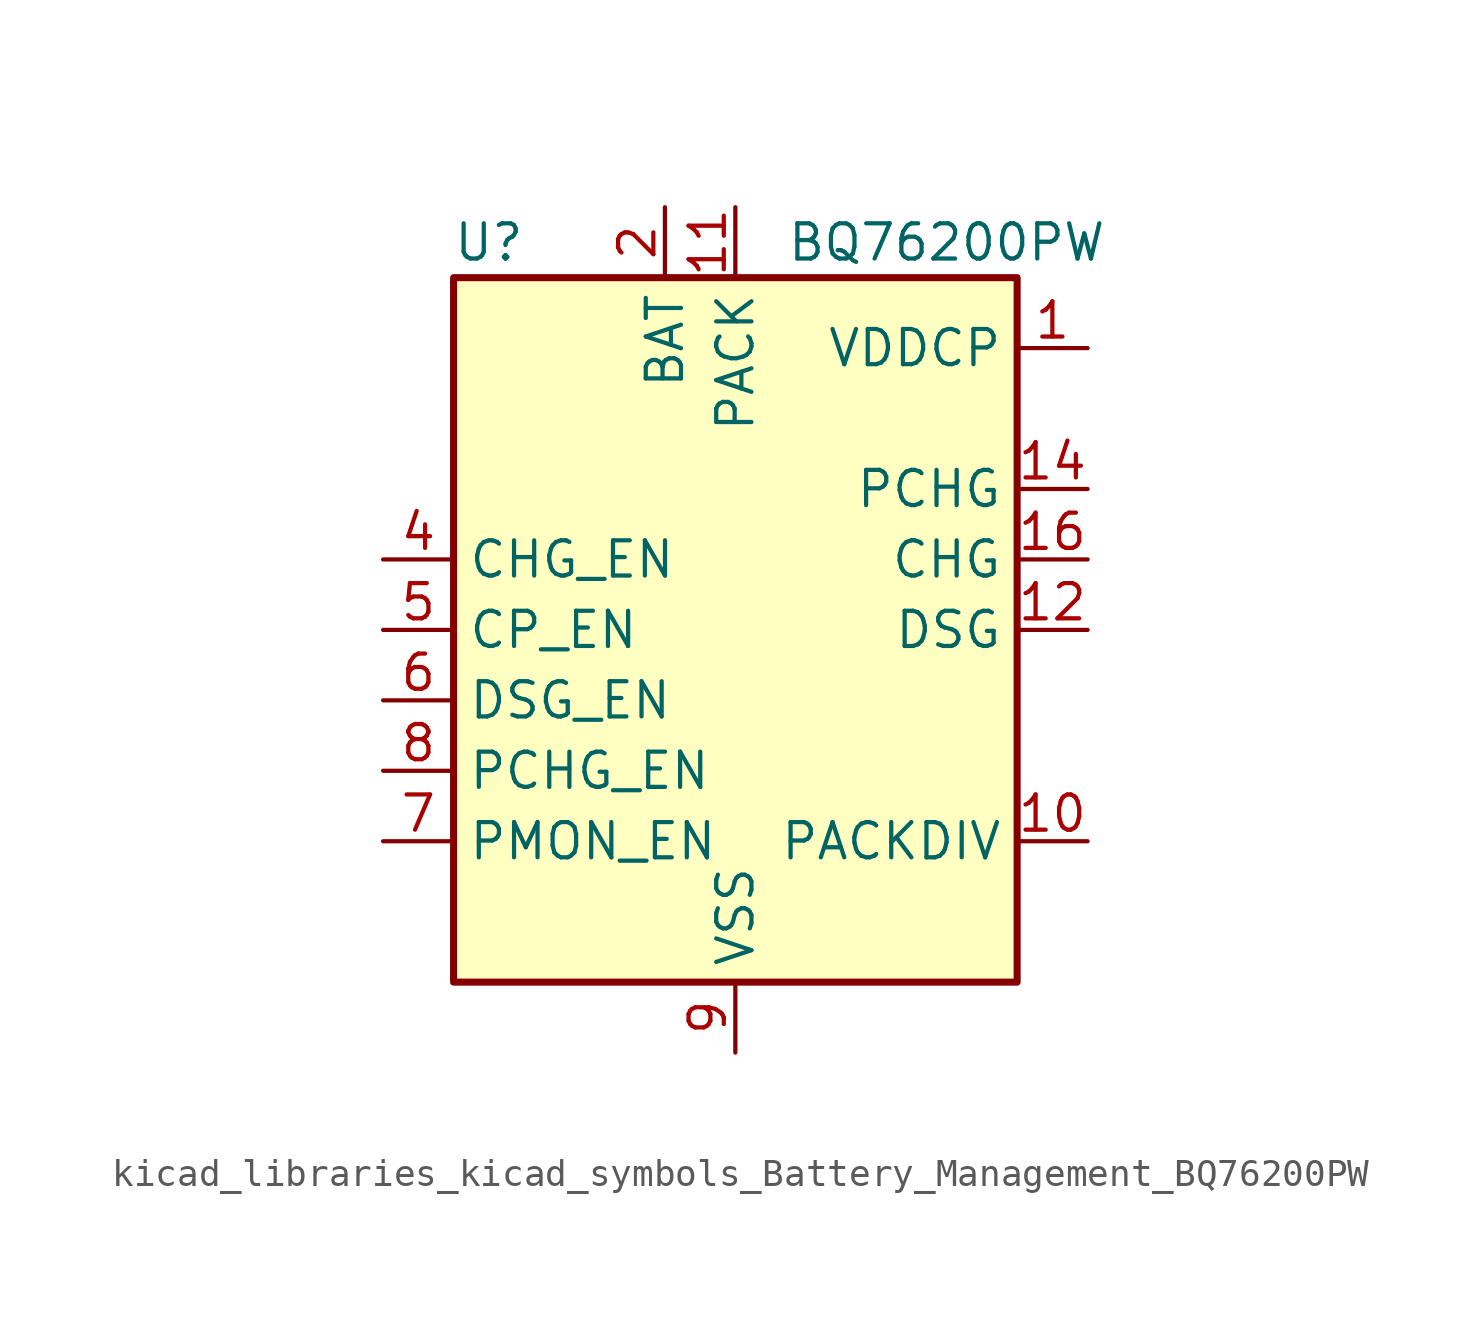
<source format=kicad_sym>
(kicad_symbol_lib
  (version 20220914)
  (generator kicad_symbol_editor)
  (symbol "kicad_libraries_kicad_symbols_Battery_Management_BQ76200PW"
    (property "Reference" "U"
      (at -8.89 13.97 0)
      (effects (font (size 1.27 1.27))))
    (property "Value" "BQ76200PW"
      (at 7.62 13.97 0)
      (effects (font (size 1.27 1.27))))
    (symbol "kicad_libraries_kicad_symbols_Battery_Management_BQ76200PW_0_1"
      (rectangle (start -10.16 -12.7) (end 10.16 12.7) (stroke (width 0.254) (type default)) (fill (type background))))
    (symbol "kicad_libraries_kicad_symbols_Battery_Management_BQ76200PW_1_1"
      (pin output line (at 12.7 10.16 180) (length 2.54) (name "VDDCP" (effects (font (size 1.27 1.27)))) (number "1" (effects (font (size 1.27 1.27)))))
      (pin output line (at 12.7 -7.62 180) (length 2.54) (name "PACKDIV" (effects (font (size 1.27 1.27)))) (number "10" (effects (font (size 1.27 1.27)))))
      (pin power_in line (at 0 15.24 270) (length 2.54) (name "PACK" (effects (font (size 1.27 1.27)))) (number "11" (effects (font (size 1.27 1.27)))))
      (pin output line (at 12.7 0 180) (length 2.54) (name "DSG" (effects (font (size 1.27 1.27)))) (number "12" (effects (font (size 1.27 1.27)))))
      (pin no_connect line (at -10.16 7.62 0) (length 2.54) hide (name "NC" (effects (font (size 1.27 1.27)))) (number "13" (effects (font (size 1.27 1.27)))))
      (pin output line (at 12.7 5.08 180) (length 2.54) (name "PCHG" (effects (font (size 1.27 1.27)))) (number "14" (effects (font (size 1.27 1.27)))))
      (pin no_connect line (at -10.16 5.08 0) (length 2.54) hide (name "NC" (effects (font (size 1.27 1.27)))) (number "15" (effects (font (size 1.27 1.27)))))
      (pin output line (at 12.7 2.54 180) (length 2.54) (name "CHG" (effects (font (size 1.27 1.27)))) (number "16" (effects (font (size 1.27 1.27)))))
      (pin power_in line (at -2.54 15.24 270) (length 2.54) (name "BAT" (effects (font (size 1.27 1.27)))) (number "2" (effects (font (size 1.27 1.27)))))
      (pin no_connect line (at -10.16 10.16 0) (length 2.54) hide (name "NC" (effects (font (size 1.27 1.27)))) (number "3" (effects (font (size 1.27 1.27)))))
      (pin input line (at -12.7 2.54 0) (length 2.54) (name "CHG_EN" (effects (font (size 1.27 1.27)))) (number "4" (effects (font (size 1.27 1.27)))))
      (pin input line (at -12.7 0 0) (length 2.54) (name "CP_EN" (effects (font (size 1.27 1.27)))) (number "5" (effects (font (size 1.27 1.27)))))
      (pin input line (at -12.7 -2.54 0) (length 2.54) (name "DSG_EN" (effects (font (size 1.27 1.27)))) (number "6" (effects (font (size 1.27 1.27)))))
      (pin input line (at -12.7 -7.62 0) (length 2.54) (name "PMON_EN" (effects (font (size 1.27 1.27)))) (number "7" (effects (font (size 1.27 1.27)))))
      (pin input line (at -12.7 -5.08 0) (length 2.54) (name "PCHG_EN" (effects (font (size 1.27 1.27)))) (number "8" (effects (font (size 1.27 1.27)))))
      (pin power_in line (at 0 -15.24 90) (length 2.54) (name "VSS" (effects (font (size 1.27 1.27)))) (number "9" (effects (font (size 1.27 1.27))))))))
</source>
